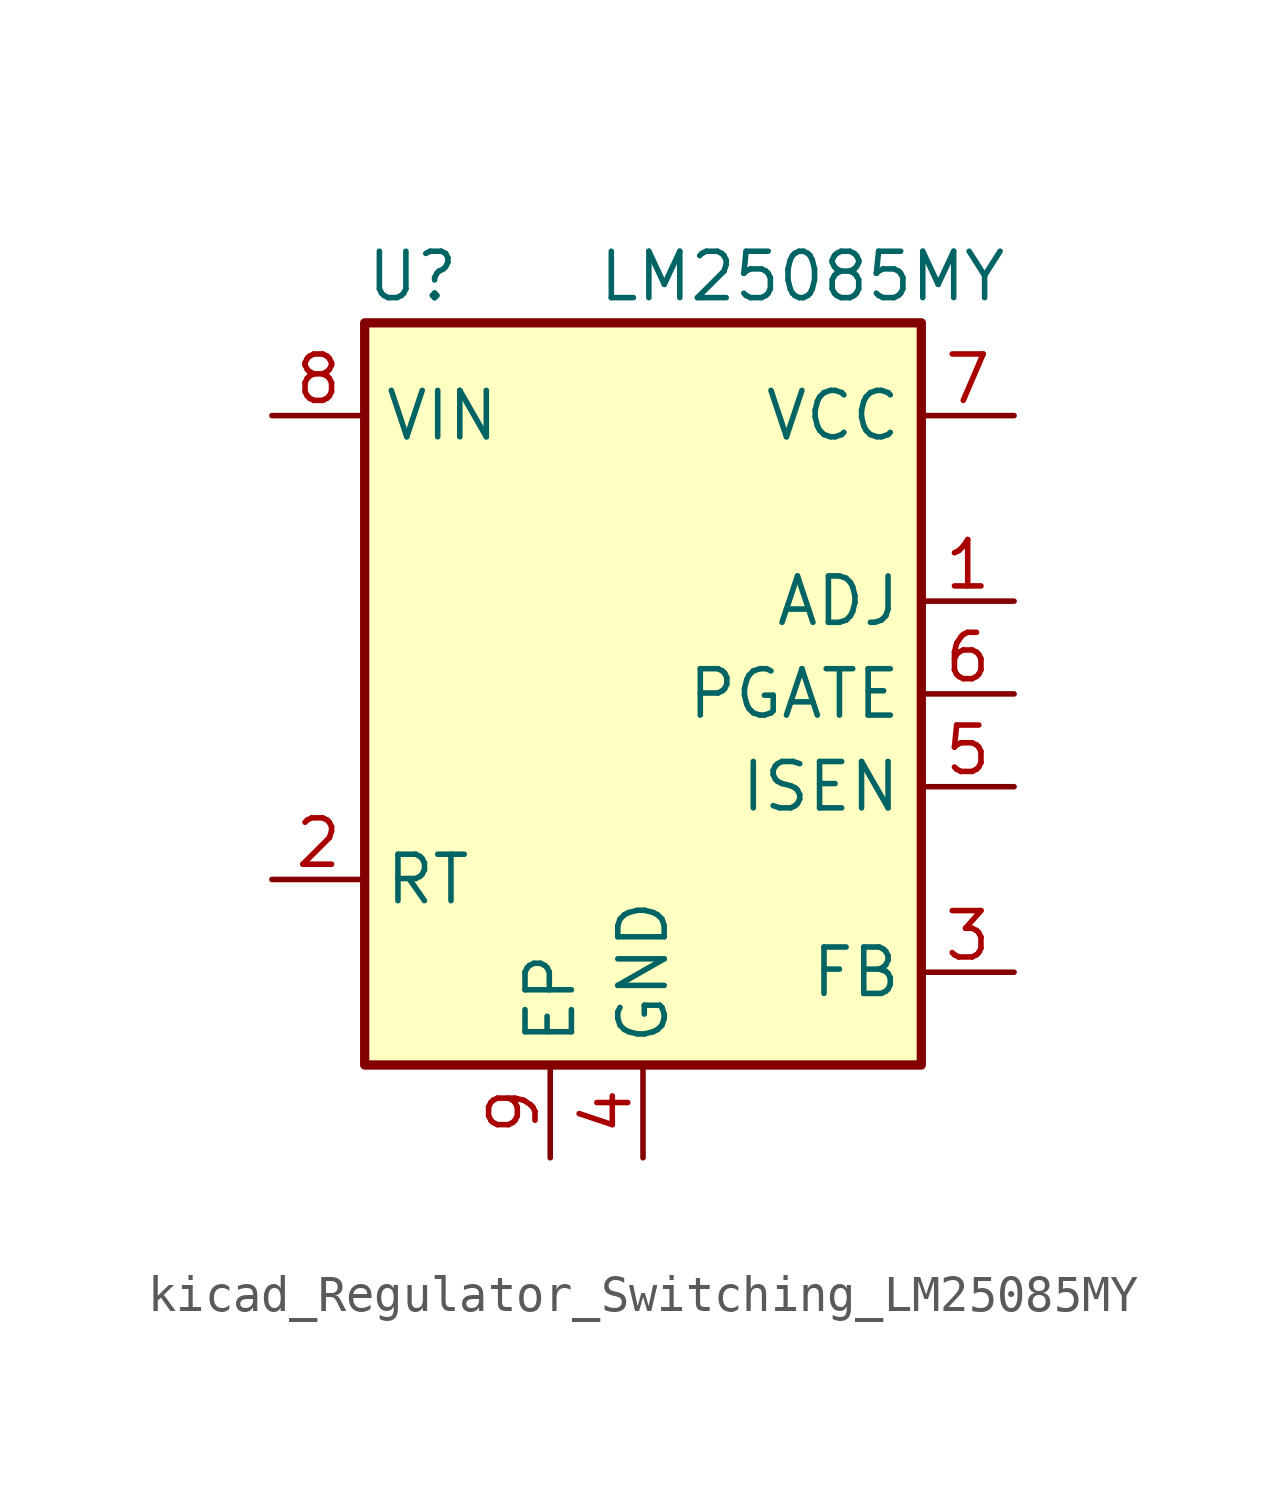
<source format=kicad_sym>
(kicad_symbol_lib
  (version 20220914)
  (generator kicad_symbol_editor)
  (symbol "kicad_Regulator_Switching_LM25085MY"
    (property "Reference" "U"
      (at -7.62 11.43 0)
      (effects (font (size 1.27 1.27)) (justify left)))
    (property "Value" "LM25085MY"
      (at -1.27 11.43 0)
      (effects (font (size 1.27 1.27)) (justify left)))
    (symbol "kicad_Regulator_Switching_LM25085MY_0_1"
      (rectangle (start -7.62 10.16) (end 7.62 -10.16) (stroke (width 0.254) (type default)) (fill (type background))))
    (symbol "kicad_Regulator_Switching_LM25085MY_1_1"
      (pin input line (at 10.16 2.54 180) (length 2.54) (name "ADJ" (effects (font (size 1.27 1.27)))) (number "1" (effects (font (size 1.27 1.27)))))
      (pin input line (at -10.16 -5.08 0) (length 2.54) (name "RT" (effects (font (size 1.27 1.27)))) (number "2" (effects (font (size 1.27 1.27)))))
      (pin input line (at 10.16 -7.62 180) (length 2.54) (name "FB" (effects (font (size 1.27 1.27)))) (number "3" (effects (font (size 1.27 1.27)))))
      (pin power_in line (at 0 -12.7 90) (length 2.54) (name "GND" (effects (font (size 1.27 1.27)))) (number "4" (effects (font (size 1.27 1.27)))))
      (pin input line (at 10.16 -2.54 180) (length 2.54) (name "ISEN" (effects (font (size 1.27 1.27)))) (number "5" (effects (font (size 1.27 1.27)))))
      (pin output line (at 10.16 0 180) (length 2.54) (name "PGATE" (effects (font (size 1.27 1.27)))) (number "6" (effects (font (size 1.27 1.27)))))
      (pin power_out line (at 10.16 7.62 180) (length 2.54) (name "VCC" (effects (font (size 1.27 1.27)))) (number "7" (effects (font (size 1.27 1.27)))))
      (pin power_in line (at -10.16 7.62 0) (length 2.54) (name "VIN" (effects (font (size 1.27 1.27)))) (number "8" (effects (font (size 1.27 1.27)))))
      (pin passive line (at -2.54 -12.7 90) (length 2.54) (name "EP" (effects (font (size 1.27 1.27)))) (number "9" (effects (font (size 1.27 1.27))))))))
</source>
